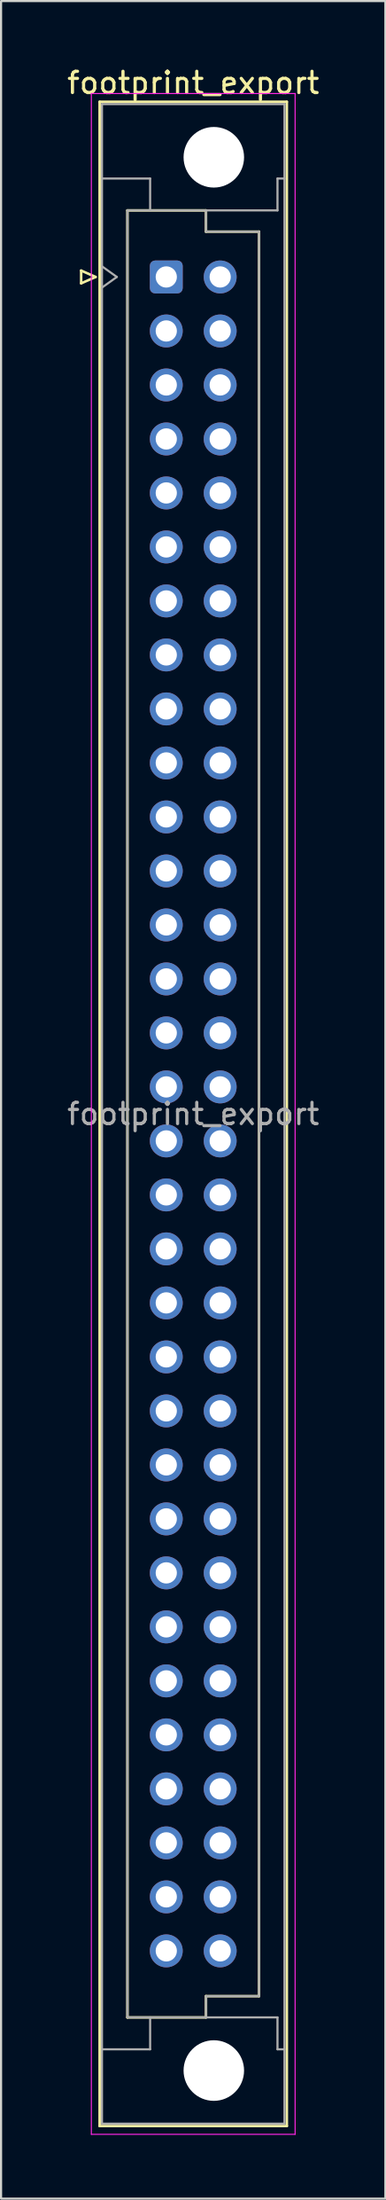
<source format=kicad_pcb>
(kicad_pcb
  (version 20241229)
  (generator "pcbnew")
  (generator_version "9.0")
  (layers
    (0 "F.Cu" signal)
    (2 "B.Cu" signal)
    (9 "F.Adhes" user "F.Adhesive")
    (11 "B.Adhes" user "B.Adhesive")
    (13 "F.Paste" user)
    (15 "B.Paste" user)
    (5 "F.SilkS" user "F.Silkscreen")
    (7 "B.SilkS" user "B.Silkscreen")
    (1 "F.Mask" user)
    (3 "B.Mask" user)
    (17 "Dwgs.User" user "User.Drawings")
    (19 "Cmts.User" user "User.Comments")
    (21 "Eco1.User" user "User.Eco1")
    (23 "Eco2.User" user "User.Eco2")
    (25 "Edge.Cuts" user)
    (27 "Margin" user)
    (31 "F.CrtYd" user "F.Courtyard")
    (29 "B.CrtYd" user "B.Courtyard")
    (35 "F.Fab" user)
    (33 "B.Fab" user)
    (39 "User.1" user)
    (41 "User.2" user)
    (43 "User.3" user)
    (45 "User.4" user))
  (footprint "footprint_export"
    (layer "F.Cu")
    (at 4.784 9.978)
    (property "Reference" "footprint_export" (at 1.27 -9.13 0) (layer "F.SilkS") (effects (font (size 1 1) (thickness 0.15))))
    (attr through_hole)
    (fp_line (start -4.01 -0.3) (end -4.01 0.3) (stroke (width 0.12) (type solid)) (layer "F.SilkS"))
    (fp_line (start -4.01 0.3) (end -3.33 0) (stroke (width 0.12) (type solid)) (layer "F.SilkS"))
    (fp_line (start -3.33 0) (end -4.01 -0.3) (stroke (width 0.12) (type solid)) (layer "F.SilkS"))
    (fp_line (start -3.14 -8.24) (end 5.68 -8.24) (stroke (width 0.12) (type solid)) (layer "F.SilkS"))
    (fp_line (start -3.14 86.98) (end -3.14 -8.24) (stroke (width 0.12) (type solid)) (layer "F.SilkS"))
    (fp_line (start -1.83 -3.131) (end 1.87 -3.131) (stroke (width 0.12) (type solid)) (layer "F.SilkS"))
    (fp_line (start -1.83 81.87) (end -1.83 -3.131) (stroke (width 0.12) (type solid)) (layer "F.SilkS"))
    (fp_line (start 1.87 -3.131) (end 1.87 -2.131) (stroke (width 0.12) (type solid)) (layer "F.SilkS"))
    (fp_line (start 1.87 -2.131) (end 4.37 -2.131) (stroke (width 0.12) (type solid)) (layer "F.SilkS"))
    (fp_line (start 1.87 80.87) (end 1.87 81.87) (stroke (width 0.12) (type solid)) (layer "F.SilkS"))
    (fp_line (start 1.87 81.87) (end -1.83 81.87) (stroke (width 0.12) (type solid)) (layer "F.SilkS"))
    (fp_line (start 4.37 -2.131) (end 4.37 80.87) (stroke (width 0.12) (type solid)) (layer "F.SilkS"))
    (fp_line (start 4.37 80.87) (end 1.87 80.87) (stroke (width 0.12) (type solid)) (layer "F.SilkS"))
    (fp_line (start 5.68 -8.24) (end 5.68 86.98) (stroke (width 0.12) (type solid)) (layer "F.SilkS"))
    (fp_line (start 5.68 86.98) (end -3.14 86.98) (stroke (width 0.12) (type solid)) (layer "F.SilkS"))
    (fp_line (start -3.53 -8.63) (end 6.07 -8.63) (stroke (width 0.05) (type solid)) (layer "F.CrtYd"))
    (fp_line (start -3.53 87.37) (end -3.53 -8.63) (stroke (width 0.05) (type solid)) (layer "F.CrtYd"))
    (fp_line (start 6.07 -8.63) (end 6.07 87.37) (stroke (width 0.05) (type solid)) (layer "F.CrtYd"))
    (fp_line (start 6.07 87.37) (end -3.53 87.37) (stroke (width 0.05) (type solid)) (layer "F.CrtYd"))
    (fp_line (start -3.03 -8.13) (end 5.57 -8.13) (stroke (width 0.1) (type solid)) (layer "F.Fab"))
    (fp_line (start -3.03 -4.63) (end -0.76 -4.63) (stroke (width 0.1) (type solid)) (layer "F.Fab"))
    (fp_line (start -3.03 -0.5) (end -2.33 0) (stroke (width 0.1) (type solid)) (layer "F.Fab"))
    (fp_line (start -3.03 83.37) (end -0.76 83.37) (stroke (width 0.1) (type solid)) (layer "F.Fab"))
    (fp_line (start -3.03 86.87) (end -3.03 -8.13) (stroke (width 0.1) (type solid)) (layer "F.Fab"))
    (fp_line (start -2.33 0) (end -3.03 0.5) (stroke (width 0.1) (type solid)) (layer "F.Fab"))
    (fp_line (start -1.83 -3.13) (end 1.87 -3.13) (stroke (width 0.1) (type solid)) (layer "F.Fab"))
    (fp_line (start -1.83 81.87) (end -1.83 -3.13) (stroke (width 0.1) (type solid)) (layer "F.Fab"))
    (fp_line (start -0.76 -4.63) (end -0.76 -3.13) (stroke (width 0.1) (type solid)) (layer "F.Fab"))
    (fp_line (start -0.76 83.37) (end -0.76 81.87) (stroke (width 0.1) (type solid)) (layer "F.Fab"))
    (fp_line (start 1.87 -3.13) (end 1.87 -2.13) (stroke (width 0.1) (type solid)) (layer "F.Fab"))
    (fp_line (start 1.87 -3.13) (end 5.24 -3.13) (stroke (width 0.1) (type solid)) (layer "F.Fab"))
    (fp_line (start 1.87 -2.13) (end 4.37 -2.13) (stroke (width 0.1) (type solid)) (layer "F.Fab"))
    (fp_line (start 1.87 80.87) (end 1.87 81.87) (stroke (width 0.1) (type solid)) (layer "F.Fab"))
    (fp_line (start 1.87 81.87) (end -1.83 81.87) (stroke (width 0.1) (type solid)) (layer "F.Fab"))
    (fp_line (start 1.87 81.87) (end 5.24 81.87) (stroke (width 0.1) (type solid)) (layer "F.Fab"))
    (fp_line (start 4.37 -2.13) (end 4.37 80.87) (stroke (width 0.1) (type solid)) (layer "F.Fab"))
    (fp_line (start 4.37 80.87) (end 1.87 80.87) (stroke (width 0.1) (type solid)) (layer "F.Fab"))
    (fp_line (start 5.24 -4.63) (end 5.57 -4.63) (stroke (width 0.1) (type solid)) (layer "F.Fab"))
    (fp_line (start 5.24 -3.13) (end 5.24 -4.63) (stroke (width 0.1) (type solid)) (layer "F.Fab"))
    (fp_line (start 5.24 81.87) (end 5.24 83.37) (stroke (width 0.1) (type solid)) (layer "F.Fab"))
    (fp_line (start 5.24 83.37) (end 5.57 83.37) (stroke (width 0.1) (type solid)) (layer "F.Fab"))
    (fp_line (start 5.57 -8.13) (end 5.57 86.87) (stroke (width 0.1) (type solid)) (layer "F.Fab"))
    (fp_line (start 5.57 86.87) (end -3.03 86.87) (stroke (width 0.1) (type solid)) (layer "F.Fab"))
    (fp_text user "${REFERENCE}" (at 1.27 39.37 0) (layer "F.Fab") (effects (font (size 1 1) (thickness 0.15))))
    (pad "" np_thru_hole circle (at 2.24 -5.63) (size 2.85 2.85) (drill 2.85) (layers "*.Cu" "*.Mask"))
    (pad "" np_thru_hole circle (at 2.24 84.37) (size 2.85 2.85) (drill 2.85) (layers "*.Cu" "*.Mask"))
    (pad "a1" thru_hole roundrect (at 0 0) (size 1.55 1.55) (drill 1) (layers "*.Cu" "*.Mask") (roundrect_rratio 0.161))
    (pad "a2" thru_hole circle (at 0 2.54) (size 1.55 1.55) (drill 1) (layers "*.Cu" "*.Mask"))
    (pad "a3" thru_hole circle (at 0 5.08) (size 1.55 1.55) (drill 1) (layers "*.Cu" "*.Mask"))
    (pad "a4" thru_hole circle (at 0 7.62) (size 1.55 1.55) (drill 1) (layers "*.Cu" "*.Mask"))
    (pad "a5" thru_hole circle (at 0 10.16) (size 1.55 1.55) (drill 1) (layers "*.Cu" "*.Mask"))
    (pad "a6" thru_hole circle (at 0 12.7) (size 1.55 1.55) (drill 1) (layers "*.Cu" "*.Mask"))
    (pad "a7" thru_hole circle (at 0 15.24) (size 1.55 1.55) (drill 1) (layers "*.Cu" "*.Mask"))
    (pad "a8" thru_hole circle (at 0 17.78) (size 1.55 1.55) (drill 1) (layers "*.Cu" "*.Mask"))
    (pad "a9" thru_hole circle (at 0 20.32) (size 1.55 1.55) (drill 1) (layers "*.Cu" "*.Mask"))
    (pad "a10" thru_hole circle (at 0 22.86) (size 1.55 1.55) (drill 1) (layers "*.Cu" "*.Mask"))
    (pad "a11" thru_hole circle (at 0 25.4) (size 1.55 1.55) (drill 1) (layers "*.Cu" "*.Mask"))
    (pad "a12" thru_hole circle (at 0 27.94) (size 1.55 1.55) (drill 1) (layers "*.Cu" "*.Mask"))
    (pad "a13" thru_hole circle (at 0 30.48) (size 1.55 1.55) (drill 1) (layers "*.Cu" "*.Mask"))
    (pad "a14" thru_hole circle (at 0 33.02) (size 1.55 1.55) (drill 1) (layers "*.Cu" "*.Mask"))
    (pad "a15" thru_hole circle (at 0 35.56) (size 1.55 1.55) (drill 1) (layers "*.Cu" "*.Mask"))
    (pad "a16" thru_hole circle (at 0 38.1) (size 1.55 1.55) (drill 1) (layers "*.Cu" "*.Mask"))
    (pad "a17" thru_hole circle (at 0 40.64) (size 1.55 1.55) (drill 1) (layers "*.Cu" "*.Mask"))
    (pad "a18" thru_hole circle (at 0 43.18) (size 1.55 1.55) (drill 1) (layers "*.Cu" "*.Mask"))
    (pad "a19" thru_hole circle (at 0 45.72) (size 1.55 1.55) (drill 1) (layers "*.Cu" "*.Mask"))
    (pad "a20" thru_hole circle (at 0 48.26) (size 1.55 1.55) (drill 1) (layers "*.Cu" "*.Mask"))
    (pad "a21" thru_hole circle (at 0 50.8) (size 1.55 1.55) (drill 1) (layers "*.Cu" "*.Mask"))
    (pad "a22" thru_hole circle (at 0 53.34) (size 1.55 1.55) (drill 1) (layers "*.Cu" "*.Mask"))
    (pad "a23" thru_hole circle (at 0 55.88) (size 1.55 1.55) (drill 1) (layers "*.Cu" "*.Mask"))
    (pad "a24" thru_hole circle (at 0 58.42) (size 1.55 1.55) (drill 1) (layers "*.Cu" "*.Mask"))
    (pad "a25" thru_hole circle (at 0 60.96) (size 1.55 1.55) (drill 1) (layers "*.Cu" "*.Mask"))
    (pad "a26" thru_hole circle (at 0 63.5) (size 1.55 1.55) (drill 1) (layers "*.Cu" "*.Mask"))
    (pad "a27" thru_hole circle (at 0 66.04) (size 1.55 1.55) (drill 1) (layers "*.Cu" "*.Mask"))
    (pad "a28" thru_hole circle (at 0 68.58) (size 1.55 1.55) (drill 1) (layers "*.Cu" "*.Mask"))
    (pad "a29" thru_hole circle (at 0 71.12) (size 1.55 1.55) (drill 1) (layers "*.Cu" "*.Mask"))
    (pad "a30" thru_hole circle (at 0 73.66) (size 1.55 1.55) (drill 1) (layers "*.Cu" "*.Mask"))
    (pad "a31" thru_hole circle (at 0 76.2) (size 1.55 1.55) (drill 1) (layers "*.Cu" "*.Mask"))
    (pad "a32" thru_hole circle (at 0 78.74) (size 1.55 1.55) (drill 1) (layers "*.Cu" "*.Mask"))
    (pad "b1" thru_hole circle (at 2.54 0) (size 1.55 1.55) (drill 1) (layers "*.Cu" "*.Mask"))
    (pad "b2" thru_hole circle (at 2.54 2.54) (size 1.55 1.55) (drill 1) (layers "*.Cu" "*.Mask"))
    (pad "b3" thru_hole circle (at 2.54 5.08) (size 1.55 1.55) (drill 1) (layers "*.Cu" "*.Mask"))
    (pad "b4" thru_hole circle (at 2.54 7.62) (size 1.55 1.55) (drill 1) (layers "*.Cu" "*.Mask"))
    (pad "b5" thru_hole circle (at 2.54 10.16) (size 1.55 1.55) (drill 1) (layers "*.Cu" "*.Mask"))
    (pad "b6" thru_hole circle (at 2.54 12.7) (size 1.55 1.55) (drill 1) (layers "*.Cu" "*.Mask"))
    (pad "b7" thru_hole circle (at 2.54 15.24) (size 1.55 1.55) (drill 1) (layers "*.Cu" "*.Mask"))
    (pad "b8" thru_hole circle (at 2.54 17.78) (size 1.55 1.55) (drill 1) (layers "*.Cu" "*.Mask"))
    (pad "b9" thru_hole circle (at 2.54 20.32) (size 1.55 1.55) (drill 1) (layers "*.Cu" "*.Mask"))
    (pad "b10" thru_hole circle (at 2.54 22.86) (size 1.55 1.55) (drill 1) (layers "*.Cu" "*.Mask"))
    (pad "b11" thru_hole circle (at 2.54 25.4) (size 1.55 1.55) (drill 1) (layers "*.Cu" "*.Mask"))
    (pad "b12" thru_hole circle (at 2.54 27.94) (size 1.55 1.55) (drill 1) (layers "*.Cu" "*.Mask"))
    (pad "b13" thru_hole circle (at 2.54 30.48) (size 1.55 1.55) (drill 1) (layers "*.Cu" "*.Mask"))
    (pad "b14" thru_hole circle (at 2.54 33.02) (size 1.55 1.55) (drill 1) (layers "*.Cu" "*.Mask"))
    (pad "b15" thru_hole circle (at 2.54 35.56) (size 1.55 1.55) (drill 1) (layers "*.Cu" "*.Mask"))
    (pad "b16" thru_hole circle (at 2.54 38.1) (size 1.55 1.55) (drill 1) (layers "*.Cu" "*.Mask"))
    (pad "b17" thru_hole circle (at 2.54 40.64) (size 1.55 1.55) (drill 1) (layers "*.Cu" "*.Mask"))
    (pad "b18" thru_hole circle (at 2.54 43.18) (size 1.55 1.55) (drill 1) (layers "*.Cu" "*.Mask"))
    (pad "b19" thru_hole circle (at 2.54 45.72) (size 1.55 1.55) (drill 1) (layers "*.Cu" "*.Mask"))
    (pad "b20" thru_hole circle (at 2.54 48.26) (size 1.55 1.55) (drill 1) (layers "*.Cu" "*.Mask"))
    (pad "b21" thru_hole circle (at 2.54 50.8) (size 1.55 1.55) (drill 1) (layers "*.Cu" "*.Mask"))
    (pad "b22" thru_hole circle (at 2.54 53.34) (size 1.55 1.55) (drill 1) (layers "*.Cu" "*.Mask"))
    (pad "b23" thru_hole circle (at 2.54 55.88) (size 1.55 1.55) (drill 1) (layers "*.Cu" "*.Mask"))
    (pad "b24" thru_hole circle (at 2.54 58.42) (size 1.55 1.55) (drill 1) (layers "*.Cu" "*.Mask"))
    (pad "b25" thru_hole circle (at 2.54 60.96) (size 1.55 1.55) (drill 1) (layers "*.Cu" "*.Mask"))
    (pad "b26" thru_hole circle (at 2.54 63.5) (size 1.55 1.55) (drill 1) (layers "*.Cu" "*.Mask"))
    (pad "b27" thru_hole circle (at 2.54 66.04) (size 1.55 1.55) (drill 1) (layers "*.Cu" "*.Mask"))
    (pad "b28" thru_hole circle (at 2.54 68.58) (size 1.55 1.55) (drill 1) (layers "*.Cu" "*.Mask"))
    (pad "b29" thru_hole circle (at 2.54 71.12) (size 1.55 1.55) (drill 1) (layers "*.Cu" "*.Mask"))
    (pad "b30" thru_hole circle (at 2.54 73.66) (size 1.55 1.55) (drill 1) (layers "*.Cu" "*.Mask"))
    (pad "b31" thru_hole circle (at 2.54 76.2) (size 1.55 1.55) (drill 1) (layers "*.Cu" "*.Mask"))
    (pad "b32" thru_hole circle (at 2.54 78.74) (size 1.55 1.55) (drill 1) (layers "*.Cu" "*.Mask")))
  (gr_rect
    (start -3 -3)
    (end 15.107 100.373)
    (stroke (width 0.1) (type default))
    (fill no)
    (layer "Edge.Cuts")))
</source>
